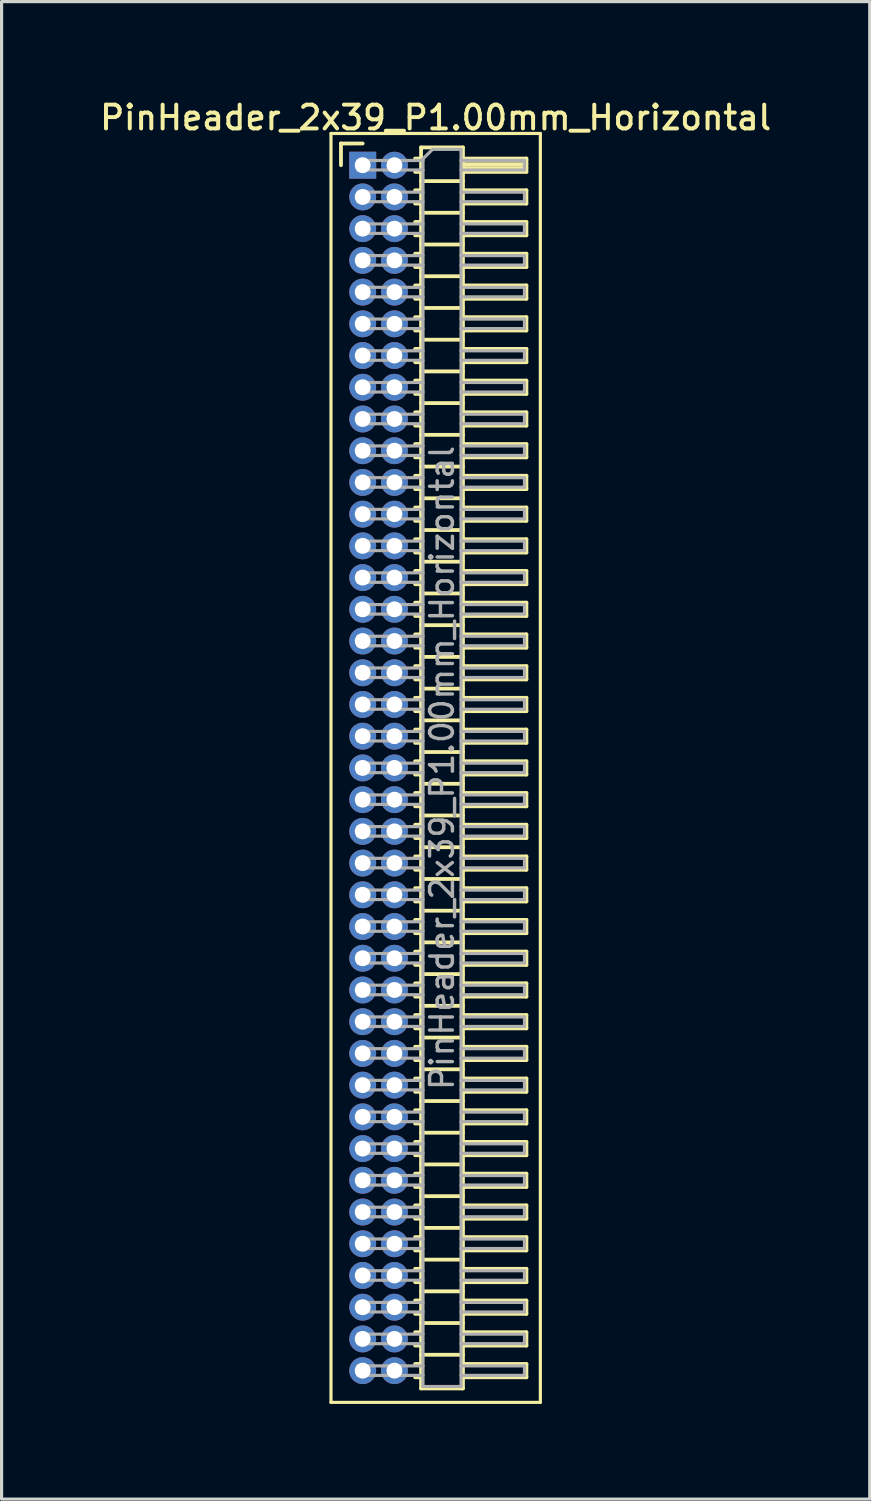
<source format=kicad_pcb>
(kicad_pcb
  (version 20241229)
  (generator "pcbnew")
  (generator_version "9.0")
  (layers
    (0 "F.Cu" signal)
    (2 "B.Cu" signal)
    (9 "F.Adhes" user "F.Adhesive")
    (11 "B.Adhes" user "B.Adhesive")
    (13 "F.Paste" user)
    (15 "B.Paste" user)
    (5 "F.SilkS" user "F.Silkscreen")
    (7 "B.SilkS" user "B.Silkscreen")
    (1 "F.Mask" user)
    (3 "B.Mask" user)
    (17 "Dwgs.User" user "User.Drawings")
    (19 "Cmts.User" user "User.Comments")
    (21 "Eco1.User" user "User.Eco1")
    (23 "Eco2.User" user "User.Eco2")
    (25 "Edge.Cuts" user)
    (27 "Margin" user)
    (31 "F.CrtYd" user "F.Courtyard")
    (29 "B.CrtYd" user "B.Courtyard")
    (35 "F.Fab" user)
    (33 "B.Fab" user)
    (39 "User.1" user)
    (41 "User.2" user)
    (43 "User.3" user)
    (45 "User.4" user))
  (footprint "PinHeader_2x39_P1.00mm_Horizontal"
    (layer "F.Cu")
    (at 8.384 2.158)
    (property "Reference" "PinHeader_2x39_P1.00mm_Horizontal" (at 2.3 -1.5 0) (layer "F.SilkS") (effects (font (size 0.75 0.75) (thickness 0.125))))
    (attr through_hole)
    (fp_line (start -1 -1) (end -1 39) (stroke (width 0.1) (type solid)) (layer "F.SilkS"))
    (fp_line (start -1 39) (end 5.6 39) (stroke (width 0.1) (type solid)) (layer "F.SilkS"))
    (fp_line (start -0.685 -0.685) (end 0 -0.685) (stroke (width 0.12) (type solid)) (layer "F.SilkS"))
    (fp_line (start -0.685 0) (end -0.685 -0.685) (stroke (width 0.12) (type solid)) (layer "F.SilkS"))
    (fp_line (start 1.652 -0.21) (end 1.84 -0.21) (stroke (width 0.12) (type solid)) (layer "F.SilkS"))
    (fp_line (start 1.652 0.21) (end 1.84 0.21) (stroke (width 0.12) (type solid)) (layer "F.SilkS"))
    (fp_line (start 1.652 0.79) (end 1.84 0.79) (stroke (width 0.12) (type solid)) (layer "F.SilkS"))
    (fp_line (start 1.652 1.21) (end 1.84 1.21) (stroke (width 0.12) (type solid)) (layer "F.SilkS"))
    (fp_line (start 1.652 1.79) (end 1.84 1.79) (stroke (width 0.12) (type solid)) (layer "F.SilkS"))
    (fp_line (start 1.652 2.21) (end 1.84 2.21) (stroke (width 0.12) (type solid)) (layer "F.SilkS"))
    (fp_line (start 1.652 2.79) (end 1.84 2.79) (stroke (width 0.12) (type solid)) (layer "F.SilkS"))
    (fp_line (start 1.652 3.21) (end 1.84 3.21) (stroke (width 0.12) (type solid)) (layer "F.SilkS"))
    (fp_line (start 1.652 3.79) (end 1.84 3.79) (stroke (width 0.12) (type solid)) (layer "F.SilkS"))
    (fp_line (start 1.652 4.21) (end 1.84 4.21) (stroke (width 0.12) (type solid)) (layer "F.SilkS"))
    (fp_line (start 1.652 4.79) (end 1.84 4.79) (stroke (width 0.12) (type solid)) (layer "F.SilkS"))
    (fp_line (start 1.652 5.21) (end 1.84 5.21) (stroke (width 0.12) (type solid)) (layer "F.SilkS"))
    (fp_line (start 1.652 5.79) (end 1.84 5.79) (stroke (width 0.12) (type solid)) (layer "F.SilkS"))
    (fp_line (start 1.652 6.21) (end 1.84 6.21) (stroke (width 0.12) (type solid)) (layer "F.SilkS"))
    (fp_line (start 1.652 6.79) (end 1.84 6.79) (stroke (width 0.12) (type solid)) (layer "F.SilkS"))
    (fp_line (start 1.652 7.21) (end 1.84 7.21) (stroke (width 0.12) (type solid)) (layer "F.SilkS"))
    (fp_line (start 1.652 7.79) (end 1.84 7.79) (stroke (width 0.12) (type solid)) (layer "F.SilkS"))
    (fp_line (start 1.652 8.21) (end 1.84 8.21) (stroke (width 0.12) (type solid)) (layer "F.SilkS"))
    (fp_line (start 1.652 8.79) (end 1.84 8.79) (stroke (width 0.12) (type solid)) (layer "F.SilkS"))
    (fp_line (start 1.652 9.21) (end 1.84 9.21) (stroke (width 0.12) (type solid)) (layer "F.SilkS"))
    (fp_line (start 1.652 9.79) (end 1.84 9.79) (stroke (width 0.12) (type solid)) (layer "F.SilkS"))
    (fp_line (start 1.652 10.21) (end 1.84 10.21) (stroke (width 0.12) (type solid)) (layer "F.SilkS"))
    (fp_line (start 1.652 10.79) (end 1.84 10.79) (stroke (width 0.12) (type solid)) (layer "F.SilkS"))
    (fp_line (start 1.652 11.21) (end 1.84 11.21) (stroke (width 0.12) (type solid)) (layer "F.SilkS"))
    (fp_line (start 1.652 11.79) (end 1.84 11.79) (stroke (width 0.12) (type solid)) (layer "F.SilkS"))
    (fp_line (start 1.652 12.21) (end 1.84 12.21) (stroke (width 0.12) (type solid)) (layer "F.SilkS"))
    (fp_line (start 1.652 12.79) (end 1.84 12.79) (stroke (width 0.12) (type solid)) (layer "F.SilkS"))
    (fp_line (start 1.652 13.21) (end 1.84 13.21) (stroke (width 0.12) (type solid)) (layer "F.SilkS"))
    (fp_line (start 1.652 13.79) (end 1.84 13.79) (stroke (width 0.12) (type solid)) (layer "F.SilkS"))
    (fp_line (start 1.652 14.21) (end 1.84 14.21) (stroke (width 0.12) (type solid)) (layer "F.SilkS"))
    (fp_line (start 1.652 14.79) (end 1.84 14.79) (stroke (width 0.12) (type solid)) (layer "F.SilkS"))
    (fp_line (start 1.652 15.21) (end 1.84 15.21) (stroke (width 0.12) (type solid)) (layer "F.SilkS"))
    (fp_line (start 1.652 15.79) (end 1.84 15.79) (stroke (width 0.12) (type solid)) (layer "F.SilkS"))
    (fp_line (start 1.652 16.21) (end 1.84 16.21) (stroke (width 0.12) (type solid)) (layer "F.SilkS"))
    (fp_line (start 1.652 16.79) (end 1.84 16.79) (stroke (width 0.12) (type solid)) (layer "F.SilkS"))
    (fp_line (start 1.652 17.21) (end 1.84 17.21) (stroke (width 0.12) (type solid)) (layer "F.SilkS"))
    (fp_line (start 1.652 17.79) (end 1.84 17.79) (stroke (width 0.12) (type solid)) (layer "F.SilkS"))
    (fp_line (start 1.652 18.21) (end 1.84 18.21) (stroke (width 0.12) (type solid)) (layer "F.SilkS"))
    (fp_line (start 1.652 18.79) (end 1.84 18.79) (stroke (width 0.12) (type solid)) (layer "F.SilkS"))
    (fp_line (start 1.652 19.21) (end 1.84 19.21) (stroke (width 0.12) (type solid)) (layer "F.SilkS"))
    (fp_line (start 1.652 19.79) (end 1.84 19.79) (stroke (width 0.12) (type solid)) (layer "F.SilkS"))
    (fp_line (start 1.652 20.21) (end 1.84 20.21) (stroke (width 0.12) (type solid)) (layer "F.SilkS"))
    (fp_line (start 1.652 20.79) (end 1.84 20.79) (stroke (width 0.12) (type solid)) (layer "F.SilkS"))
    (fp_line (start 1.652 21.21) (end 1.84 21.21) (stroke (width 0.12) (type solid)) (layer "F.SilkS"))
    (fp_line (start 1.652 21.79) (end 1.84 21.79) (stroke (width 0.12) (type solid)) (layer "F.SilkS"))
    (fp_line (start 1.652 22.21) (end 1.84 22.21) (stroke (width 0.12) (type solid)) (layer "F.SilkS"))
    (fp_line (start 1.652 22.79) (end 1.84 22.79) (stroke (width 0.12) (type solid)) (layer "F.SilkS"))
    (fp_line (start 1.652 23.21) (end 1.84 23.21) (stroke (width 0.12) (type solid)) (layer "F.SilkS"))
    (fp_line (start 1.652 23.79) (end 1.84 23.79) (stroke (width 0.12) (type solid)) (layer "F.SilkS"))
    (fp_line (start 1.652 24.21) (end 1.84 24.21) (stroke (width 0.12) (type solid)) (layer "F.SilkS"))
    (fp_line (start 1.652 24.79) (end 1.84 24.79) (stroke (width 0.12) (type solid)) (layer "F.SilkS"))
    (fp_line (start 1.652 25.21) (end 1.84 25.21) (stroke (width 0.12) (type solid)) (layer "F.SilkS"))
    (fp_line (start 1.652 25.79) (end 1.84 25.79) (stroke (width 0.12) (type solid)) (layer "F.SilkS"))
    (fp_line (start 1.652 26.21) (end 1.84 26.21) (stroke (width 0.12) (type solid)) (layer "F.SilkS"))
    (fp_line (start 1.652 26.79) (end 1.84 26.79) (stroke (width 0.12) (type solid)) (layer "F.SilkS"))
    (fp_line (start 1.652 27.21) (end 1.84 27.21) (stroke (width 0.12) (type solid)) (layer "F.SilkS"))
    (fp_line (start 1.652 27.79) (end 1.84 27.79) (stroke (width 0.12) (type solid)) (layer "F.SilkS"))
    (fp_line (start 1.652 28.21) (end 1.84 28.21) (stroke (width 0.12) (type solid)) (layer "F.SilkS"))
    (fp_line (start 1.652 28.79) (end 1.84 28.79) (stroke (width 0.12) (type solid)) (layer "F.SilkS"))
    (fp_line (start 1.652 29.21) (end 1.84 29.21) (stroke (width 0.12) (type solid)) (layer "F.SilkS"))
    (fp_line (start 1.652 29.79) (end 1.84 29.79) (stroke (width 0.12) (type solid)) (layer "F.SilkS"))
    (fp_line (start 1.652 30.21) (end 1.84 30.21) (stroke (width 0.12) (type solid)) (layer "F.SilkS"))
    (fp_line (start 1.652 30.79) (end 1.84 30.79) (stroke (width 0.12) (type solid)) (layer "F.SilkS"))
    (fp_line (start 1.652 31.21) (end 1.84 31.21) (stroke (width 0.12) (type solid)) (layer "F.SilkS"))
    (fp_line (start 1.652 31.79) (end 1.84 31.79) (stroke (width 0.12) (type solid)) (layer "F.SilkS"))
    (fp_line (start 1.652 32.21) (end 1.84 32.21) (stroke (width 0.12) (type solid)) (layer "F.SilkS"))
    (fp_line (start 1.652 32.79) (end 1.84 32.79) (stroke (width 0.12) (type solid)) (layer "F.SilkS"))
    (fp_line (start 1.652 33.21) (end 1.84 33.21) (stroke (width 0.12) (type solid)) (layer "F.SilkS"))
    (fp_line (start 1.652 33.79) (end 1.84 33.79) (stroke (width 0.12) (type solid)) (layer "F.SilkS"))
    (fp_line (start 1.652 34.21) (end 1.84 34.21) (stroke (width 0.12) (type solid)) (layer "F.SilkS"))
    (fp_line (start 1.652 34.79) (end 1.84 34.79) (stroke (width 0.12) (type solid)) (layer "F.SilkS"))
    (fp_line (start 1.652 35.21) (end 1.84 35.21) (stroke (width 0.12) (type solid)) (layer "F.SilkS"))
    (fp_line (start 1.652 35.79) (end 1.84 35.79) (stroke (width 0.12) (type solid)) (layer "F.SilkS"))
    (fp_line (start 1.652 36.21) (end 1.84 36.21) (stroke (width 0.12) (type solid)) (layer "F.SilkS"))
    (fp_line (start 1.652 36.79) (end 1.84 36.79) (stroke (width 0.12) (type solid)) (layer "F.SilkS"))
    (fp_line (start 1.652 37.21) (end 1.84 37.21) (stroke (width 0.12) (type solid)) (layer "F.SilkS"))
    (fp_line (start 1.652 37.79) (end 1.84 37.79) (stroke (width 0.12) (type solid)) (layer "F.SilkS"))
    (fp_line (start 1.652 38.21) (end 1.84 38.21) (stroke (width 0.12) (type solid)) (layer "F.SilkS"))
    (fp_line (start 1.84 -0.56) (end 1.84 38.56) (stroke (width 0.12) (type solid)) (layer "F.SilkS"))
    (fp_line (start 1.84 0.5) (end 3.16 0.5) (stroke (width 0.12) (type solid)) (layer "F.SilkS"))
    (fp_line (start 1.84 1.5) (end 3.16 1.5) (stroke (width 0.12) (type solid)) (layer "F.SilkS"))
    (fp_line (start 1.84 2.5) (end 3.16 2.5) (stroke (width 0.12) (type solid)) (layer "F.SilkS"))
    (fp_line (start 1.84 3.5) (end 3.16 3.5) (stroke (width 0.12) (type solid)) (layer "F.SilkS"))
    (fp_line (start 1.84 4.5) (end 3.16 4.5) (stroke (width 0.12) (type solid)) (layer "F.SilkS"))
    (fp_line (start 1.84 5.5) (end 3.16 5.5) (stroke (width 0.12) (type solid)) (layer "F.SilkS"))
    (fp_line (start 1.84 6.5) (end 3.16 6.5) (stroke (width 0.12) (type solid)) (layer "F.SilkS"))
    (fp_line (start 1.84 7.5) (end 3.16 7.5) (stroke (width 0.12) (type solid)) (layer "F.SilkS"))
    (fp_line (start 1.84 8.5) (end 3.16 8.5) (stroke (width 0.12) (type solid)) (layer "F.SilkS"))
    (fp_line (start 1.84 9.5) (end 3.16 9.5) (stroke (width 0.12) (type solid)) (layer "F.SilkS"))
    (fp_line (start 1.84 10.5) (end 3.16 10.5) (stroke (width 0.12) (type solid)) (layer "F.SilkS"))
    (fp_line (start 1.84 11.5) (end 3.16 11.5) (stroke (width 0.12) (type solid)) (layer "F.SilkS"))
    (fp_line (start 1.84 12.5) (end 3.16 12.5) (stroke (width 0.12) (type solid)) (layer "F.SilkS"))
    (fp_line (start 1.84 13.5) (end 3.16 13.5) (stroke (width 0.12) (type solid)) (layer "F.SilkS"))
    (fp_line (start 1.84 14.5) (end 3.16 14.5) (stroke (width 0.12) (type solid)) (layer "F.SilkS"))
    (fp_line (start 1.84 15.5) (end 3.16 15.5) (stroke (width 0.12) (type solid)) (layer "F.SilkS"))
    (fp_line (start 1.84 16.5) (end 3.16 16.5) (stroke (width 0.12) (type solid)) (layer "F.SilkS"))
    (fp_line (start 1.84 17.5) (end 3.16 17.5) (stroke (width 0.12) (type solid)) (layer "F.SilkS"))
    (fp_line (start 1.84 18.5) (end 3.16 18.5) (stroke (width 0.12) (type solid)) (layer "F.SilkS"))
    (fp_line (start 1.84 19.5) (end 3.16 19.5) (stroke (width 0.12) (type solid)) (layer "F.SilkS"))
    (fp_line (start 1.84 20.5) (end 3.16 20.5) (stroke (width 0.12) (type solid)) (layer "F.SilkS"))
    (fp_line (start 1.84 21.5) (end 3.16 21.5) (stroke (width 0.12) (type solid)) (layer "F.SilkS"))
    (fp_line (start 1.84 22.5) (end 3.16 22.5) (stroke (width 0.12) (type solid)) (layer "F.SilkS"))
    (fp_line (start 1.84 23.5) (end 3.16 23.5) (stroke (width 0.12) (type solid)) (layer "F.SilkS"))
    (fp_line (start 1.84 24.5) (end 3.16 24.5) (stroke (width 0.12) (type solid)) (layer "F.SilkS"))
    (fp_line (start 1.84 25.5) (end 3.16 25.5) (stroke (width 0.12) (type solid)) (layer "F.SilkS"))
    (fp_line (start 1.84 26.5) (end 3.16 26.5) (stroke (width 0.12) (type solid)) (layer "F.SilkS"))
    (fp_line (start 1.84 27.5) (end 3.16 27.5) (stroke (width 0.12) (type solid)) (layer "F.SilkS"))
    (fp_line (start 1.84 28.5) (end 3.16 28.5) (stroke (width 0.12) (type solid)) (layer "F.SilkS"))
    (fp_line (start 1.84 29.5) (end 3.16 29.5) (stroke (width 0.12) (type solid)) (layer "F.SilkS"))
    (fp_line (start 1.84 30.5) (end 3.16 30.5) (stroke (width 0.12) (type solid)) (layer "F.SilkS"))
    (fp_line (start 1.84 31.5) (end 3.16 31.5) (stroke (width 0.12) (type solid)) (layer "F.SilkS"))
    (fp_line (start 1.84 32.5) (end 3.16 32.5) (stroke (width 0.12) (type solid)) (layer "F.SilkS"))
    (fp_line (start 1.84 33.5) (end 3.16 33.5) (stroke (width 0.12) (type solid)) (layer "F.SilkS"))
    (fp_line (start 1.84 34.5) (end 3.16 34.5) (stroke (width 0.12) (type solid)) (layer "F.SilkS"))
    (fp_line (start 1.84 35.5) (end 3.16 35.5) (stroke (width 0.12) (type solid)) (layer "F.SilkS"))
    (fp_line (start 1.84 36.5) (end 3.16 36.5) (stroke (width 0.12) (type solid)) (layer "F.SilkS"))
    (fp_line (start 1.84 37.5) (end 3.16 37.5) (stroke (width 0.12) (type solid)) (layer "F.SilkS"))
    (fp_line (start 1.84 38.56) (end 3.16 38.56) (stroke (width 0.12) (type solid)) (layer "F.SilkS"))
    (fp_line (start 3.16 -0.56) (end 1.84 -0.56) (stroke (width 0.12) (type solid)) (layer "F.SilkS"))
    (fp_line (start 3.16 -0.21) (end 5.16 -0.21) (stroke (width 0.12) (type solid)) (layer "F.SilkS"))
    (fp_line (start 3.16 -0.15) (end 5.16 -0.15) (stroke (width 0.12) (type solid)) (layer "F.SilkS"))
    (fp_line (start 3.16 -0.03) (end 5.16 -0.03) (stroke (width 0.12) (type solid)) (layer "F.SilkS"))
    (fp_line (start 3.16 0.09) (end 5.16 0.09) (stroke (width 0.12) (type solid)) (layer "F.SilkS"))
    (fp_line (start 3.16 0.79) (end 5.16 0.79) (stroke (width 0.12) (type solid)) (layer "F.SilkS"))
    (fp_line (start 3.16 1.79) (end 5.16 1.79) (stroke (width 0.12) (type solid)) (layer "F.SilkS"))
    (fp_line (start 3.16 2.79) (end 5.16 2.79) (stroke (width 0.12) (type solid)) (layer "F.SilkS"))
    (fp_line (start 3.16 3.79) (end 5.16 3.79) (stroke (width 0.12) (type solid)) (layer "F.SilkS"))
    (fp_line (start 3.16 4.79) (end 5.16 4.79) (stroke (width 0.12) (type solid)) (layer "F.SilkS"))
    (fp_line (start 3.16 5.79) (end 5.16 5.79) (stroke (width 0.12) (type solid)) (layer "F.SilkS"))
    (fp_line (start 3.16 6.79) (end 5.16 6.79) (stroke (width 0.12) (type solid)) (layer "F.SilkS"))
    (fp_line (start 3.16 7.79) (end 5.16 7.79) (stroke (width 0.12) (type solid)) (layer "F.SilkS"))
    (fp_line (start 3.16 8.79) (end 5.16 8.79) (stroke (width 0.12) (type solid)) (layer "F.SilkS"))
    (fp_line (start 3.16 9.79) (end 5.16 9.79) (stroke (width 0.12) (type solid)) (layer "F.SilkS"))
    (fp_line (start 3.16 10.79) (end 5.16 10.79) (stroke (width 0.12) (type solid)) (layer "F.SilkS"))
    (fp_line (start 3.16 11.79) (end 5.16 11.79) (stroke (width 0.12) (type solid)) (layer "F.SilkS"))
    (fp_line (start 3.16 12.79) (end 5.16 12.79) (stroke (width 0.12) (type solid)) (layer "F.SilkS"))
    (fp_line (start 3.16 13.79) (end 5.16 13.79) (stroke (width 0.12) (type solid)) (layer "F.SilkS"))
    (fp_line (start 3.16 14.79) (end 5.16 14.79) (stroke (width 0.12) (type solid)) (layer "F.SilkS"))
    (fp_line (start 3.16 15.79) (end 5.16 15.79) (stroke (width 0.12) (type solid)) (layer "F.SilkS"))
    (fp_line (start 3.16 16.79) (end 5.16 16.79) (stroke (width 0.12) (type solid)) (layer "F.SilkS"))
    (fp_line (start 3.16 17.79) (end 5.16 17.79) (stroke (width 0.12) (type solid)) (layer "F.SilkS"))
    (fp_line (start 3.16 18.79) (end 5.16 18.79) (stroke (width 0.12) (type solid)) (layer "F.SilkS"))
    (fp_line (start 3.16 19.79) (end 5.16 19.79) (stroke (width 0.12) (type solid)) (layer "F.SilkS"))
    (fp_line (start 3.16 20.79) (end 5.16 20.79) (stroke (width 0.12) (type solid)) (layer "F.SilkS"))
    (fp_line (start 3.16 21.79) (end 5.16 21.79) (stroke (width 0.12) (type solid)) (layer "F.SilkS"))
    (fp_line (start 3.16 22.79) (end 5.16 22.79) (stroke (width 0.12) (type solid)) (layer "F.SilkS"))
    (fp_line (start 3.16 23.79) (end 5.16 23.79) (stroke (width 0.12) (type solid)) (layer "F.SilkS"))
    (fp_line (start 3.16 24.79) (end 5.16 24.79) (stroke (width 0.12) (type solid)) (layer "F.SilkS"))
    (fp_line (start 3.16 25.79) (end 5.16 25.79) (stroke (width 0.12) (type solid)) (layer "F.SilkS"))
    (fp_line (start 3.16 26.79) (end 5.16 26.79) (stroke (width 0.12) (type solid)) (layer "F.SilkS"))
    (fp_line (start 3.16 27.79) (end 5.16 27.79) (stroke (width 0.12) (type solid)) (layer "F.SilkS"))
    (fp_line (start 3.16 28.79) (end 5.16 28.79) (stroke (width 0.12) (type solid)) (layer "F.SilkS"))
    (fp_line (start 3.16 29.79) (end 5.16 29.79) (stroke (width 0.12) (type solid)) (layer "F.SilkS"))
    (fp_line (start 3.16 30.79) (end 5.16 30.79) (stroke (width 0.12) (type solid)) (layer "F.SilkS"))
    (fp_line (start 3.16 31.79) (end 5.16 31.79) (stroke (width 0.12) (type solid)) (layer "F.SilkS"))
    (fp_line (start 3.16 32.79) (end 5.16 32.79) (stroke (width 0.12) (type solid)) (layer "F.SilkS"))
    (fp_line (start 3.16 33.79) (end 5.16 33.79) (stroke (width 0.12) (type solid)) (layer "F.SilkS"))
    (fp_line (start 3.16 34.79) (end 5.16 34.79) (stroke (width 0.12) (type solid)) (layer "F.SilkS"))
    (fp_line (start 3.16 35.79) (end 5.16 35.79) (stroke (width 0.12) (type solid)) (layer "F.SilkS"))
    (fp_line (start 3.16 36.79) (end 5.16 36.79) (stroke (width 0.12) (type solid)) (layer "F.SilkS"))
    (fp_line (start 3.16 37.79) (end 5.16 37.79) (stroke (width 0.12) (type solid)) (layer "F.SilkS"))
    (fp_line (start 3.16 38.56) (end 3.16 -0.56) (stroke (width 0.12) (type solid)) (layer "F.SilkS"))
    (fp_line (start 5.16 -0.21) (end 5.16 0.21) (stroke (width 0.12) (type solid)) (layer "F.SilkS"))
    (fp_line (start 5.16 0.21) (end 3.16 0.21) (stroke (width 0.12) (type solid)) (layer "F.SilkS"))
    (fp_line (start 5.16 0.79) (end 5.16 1.21) (stroke (width 0.12) (type solid)) (layer "F.SilkS"))
    (fp_line (start 5.16 1.21) (end 3.16 1.21) (stroke (width 0.12) (type solid)) (layer "F.SilkS"))
    (fp_line (start 5.16 1.79) (end 5.16 2.21) (stroke (width 0.12) (type solid)) (layer "F.SilkS"))
    (fp_line (start 5.16 2.21) (end 3.16 2.21) (stroke (width 0.12) (type solid)) (layer "F.SilkS"))
    (fp_line (start 5.16 2.79) (end 5.16 3.21) (stroke (width 0.12) (type solid)) (layer "F.SilkS"))
    (fp_line (start 5.16 3.21) (end 3.16 3.21) (stroke (width 0.12) (type solid)) (layer "F.SilkS"))
    (fp_line (start 5.16 3.79) (end 5.16 4.21) (stroke (width 0.12) (type solid)) (layer "F.SilkS"))
    (fp_line (start 5.16 4.21) (end 3.16 4.21) (stroke (width 0.12) (type solid)) (layer "F.SilkS"))
    (fp_line (start 5.16 4.79) (end 5.16 5.21) (stroke (width 0.12) (type solid)) (layer "F.SilkS"))
    (fp_line (start 5.16 5.21) (end 3.16 5.21) (stroke (width 0.12) (type solid)) (layer "F.SilkS"))
    (fp_line (start 5.16 5.79) (end 5.16 6.21) (stroke (width 0.12) (type solid)) (layer "F.SilkS"))
    (fp_line (start 5.16 6.21) (end 3.16 6.21) (stroke (width 0.12) (type solid)) (layer "F.SilkS"))
    (fp_line (start 5.16 6.79) (end 5.16 7.21) (stroke (width 0.12) (type solid)) (layer "F.SilkS"))
    (fp_line (start 5.16 7.21) (end 3.16 7.21) (stroke (width 0.12) (type solid)) (layer "F.SilkS"))
    (fp_line (start 5.16 7.79) (end 5.16 8.21) (stroke (width 0.12) (type solid)) (layer "F.SilkS"))
    (fp_line (start 5.16 8.21) (end 3.16 8.21) (stroke (width 0.12) (type solid)) (layer "F.SilkS"))
    (fp_line (start 5.16 8.79) (end 5.16 9.21) (stroke (width 0.12) (type solid)) (layer "F.SilkS"))
    (fp_line (start 5.16 9.21) (end 3.16 9.21) (stroke (width 0.12) (type solid)) (layer "F.SilkS"))
    (fp_line (start 5.16 9.79) (end 5.16 10.21) (stroke (width 0.12) (type solid)) (layer "F.SilkS"))
    (fp_line (start 5.16 10.21) (end 3.16 10.21) (stroke (width 0.12) (type solid)) (layer "F.SilkS"))
    (fp_line (start 5.16 10.79) (end 5.16 11.21) (stroke (width 0.12) (type solid)) (layer "F.SilkS"))
    (fp_line (start 5.16 11.21) (end 3.16 11.21) (stroke (width 0.12) (type solid)) (layer "F.SilkS"))
    (fp_line (start 5.16 11.79) (end 5.16 12.21) (stroke (width 0.12) (type solid)) (layer "F.SilkS"))
    (fp_line (start 5.16 12.21) (end 3.16 12.21) (stroke (width 0.12) (type solid)) (layer "F.SilkS"))
    (fp_line (start 5.16 12.79) (end 5.16 13.21) (stroke (width 0.12) (type solid)) (layer "F.SilkS"))
    (fp_line (start 5.16 13.21) (end 3.16 13.21) (stroke (width 0.12) (type solid)) (layer "F.SilkS"))
    (fp_line (start 5.16 13.79) (end 5.16 14.21) (stroke (width 0.12) (type solid)) (layer "F.SilkS"))
    (fp_line (start 5.16 14.21) (end 3.16 14.21) (stroke (width 0.12) (type solid)) (layer "F.SilkS"))
    (fp_line (start 5.16 14.79) (end 5.16 15.21) (stroke (width 0.12) (type solid)) (layer "F.SilkS"))
    (fp_line (start 5.16 15.21) (end 3.16 15.21) (stroke (width 0.12) (type solid)) (layer "F.SilkS"))
    (fp_line (start 5.16 15.79) (end 5.16 16.21) (stroke (width 0.12) (type solid)) (layer "F.SilkS"))
    (fp_line (start 5.16 16.21) (end 3.16 16.21) (stroke (width 0.12) (type solid)) (layer "F.SilkS"))
    (fp_line (start 5.16 16.79) (end 5.16 17.21) (stroke (width 0.12) (type solid)) (layer "F.SilkS"))
    (fp_line (start 5.16 17.21) (end 3.16 17.21) (stroke (width 0.12) (type solid)) (layer "F.SilkS"))
    (fp_line (start 5.16 17.79) (end 5.16 18.21) (stroke (width 0.12) (type solid)) (layer "F.SilkS"))
    (fp_line (start 5.16 18.21) (end 3.16 18.21) (stroke (width 0.12) (type solid)) (layer "F.SilkS"))
    (fp_line (start 5.16 18.79) (end 5.16 19.21) (stroke (width 0.12) (type solid)) (layer "F.SilkS"))
    (fp_line (start 5.16 19.21) (end 3.16 19.21) (stroke (width 0.12) (type solid)) (layer "F.SilkS"))
    (fp_line (start 5.16 19.79) (end 5.16 20.21) (stroke (width 0.12) (type solid)) (layer "F.SilkS"))
    (fp_line (start 5.16 20.21) (end 3.16 20.21) (stroke (width 0.12) (type solid)) (layer "F.SilkS"))
    (fp_line (start 5.16 20.79) (end 5.16 21.21) (stroke (width 0.12) (type solid)) (layer "F.SilkS"))
    (fp_line (start 5.16 21.21) (end 3.16 21.21) (stroke (width 0.12) (type solid)) (layer "F.SilkS"))
    (fp_line (start 5.16 21.79) (end 5.16 22.21) (stroke (width 0.12) (type solid)) (layer "F.SilkS"))
    (fp_line (start 5.16 22.21) (end 3.16 22.21) (stroke (width 0.12) (type solid)) (layer "F.SilkS"))
    (fp_line (start 5.16 22.79) (end 5.16 23.21) (stroke (width 0.12) (type solid)) (layer "F.SilkS"))
    (fp_line (start 5.16 23.21) (end 3.16 23.21) (stroke (width 0.12) (type solid)) (layer "F.SilkS"))
    (fp_line (start 5.16 23.79) (end 5.16 24.21) (stroke (width 0.12) (type solid)) (layer "F.SilkS"))
    (fp_line (start 5.16 24.21) (end 3.16 24.21) (stroke (width 0.12) (type solid)) (layer "F.SilkS"))
    (fp_line (start 5.16 24.79) (end 5.16 25.21) (stroke (width 0.12) (type solid)) (layer "F.SilkS"))
    (fp_line (start 5.16 25.21) (end 3.16 25.21) (stroke (width 0.12) (type solid)) (layer "F.SilkS"))
    (fp_line (start 5.16 25.79) (end 5.16 26.21) (stroke (width 0.12) (type solid)) (layer "F.SilkS"))
    (fp_line (start 5.16 26.21) (end 3.16 26.21) (stroke (width 0.12) (type solid)) (layer "F.SilkS"))
    (fp_line (start 5.16 26.79) (end 5.16 27.21) (stroke (width 0.12) (type solid)) (layer "F.SilkS"))
    (fp_line (start 5.16 27.21) (end 3.16 27.21) (stroke (width 0.12) (type solid)) (layer "F.SilkS"))
    (fp_line (start 5.16 27.79) (end 5.16 28.21) (stroke (width 0.12) (type solid)) (layer "F.SilkS"))
    (fp_line (start 5.16 28.21) (end 3.16 28.21) (stroke (width 0.12) (type solid)) (layer "F.SilkS"))
    (fp_line (start 5.16 28.79) (end 5.16 29.21) (stroke (width 0.12) (type solid)) (layer "F.SilkS"))
    (fp_line (start 5.16 29.21) (end 3.16 29.21) (stroke (width 0.12) (type solid)) (layer "F.SilkS"))
    (fp_line (start 5.16 29.79) (end 5.16 30.21) (stroke (width 0.12) (type solid)) (layer "F.SilkS"))
    (fp_line (start 5.16 30.21) (end 3.16 30.21) (stroke (width 0.12) (type solid)) (layer "F.SilkS"))
    (fp_line (start 5.16 30.79) (end 5.16 31.21) (stroke (width 0.12) (type solid)) (layer "F.SilkS"))
    (fp_line (start 5.16 31.21) (end 3.16 31.21) (stroke (width 0.12) (type solid)) (layer "F.SilkS"))
    (fp_line (start 5.16 31.79) (end 5.16 32.21) (stroke (width 0.12) (type solid)) (layer "F.SilkS"))
    (fp_line (start 5.16 32.21) (end 3.16 32.21) (stroke (width 0.12) (type solid)) (layer "F.SilkS"))
    (fp_line (start 5.16 32.79) (end 5.16 33.21) (stroke (width 0.12) (type solid)) (layer "F.SilkS"))
    (fp_line (start 5.16 33.21) (end 3.16 33.21) (stroke (width 0.12) (type solid)) (layer "F.SilkS"))
    (fp_line (start 5.16 33.79) (end 5.16 34.21) (stroke (width 0.12) (type solid)) (layer "F.SilkS"))
    (fp_line (start 5.16 34.21) (end 3.16 34.21) (stroke (width 0.12) (type solid)) (layer "F.SilkS"))
    (fp_line (start 5.16 34.79) (end 5.16 35.21) (stroke (width 0.12) (type solid)) (layer "F.SilkS"))
    (fp_line (start 5.16 35.21) (end 3.16 35.21) (stroke (width 0.12) (type solid)) (layer "F.SilkS"))
    (fp_line (start 5.16 35.79) (end 5.16 36.21) (stroke (width 0.12) (type solid)) (layer "F.SilkS"))
    (fp_line (start 5.16 36.21) (end 3.16 36.21) (stroke (width 0.12) (type solid)) (layer "F.SilkS"))
    (fp_line (start 5.16 36.79) (end 5.16 37.21) (stroke (width 0.12) (type solid)) (layer "F.SilkS"))
    (fp_line (start 5.16 37.21) (end 3.16 37.21) (stroke (width 0.12) (type solid)) (layer "F.SilkS"))
    (fp_line (start 5.16 37.79) (end 5.16 38.21) (stroke (width 0.12) (type solid)) (layer "F.SilkS"))
    (fp_line (start 5.16 38.21) (end 3.16 38.21) (stroke (width 0.12) (type solid)) (layer "F.SilkS"))
    (fp_line (start 5.6 -1) (end -1 -1) (stroke (width 0.1) (type solid)) (layer "F.SilkS"))
    (fp_line (start 5.6 39) (end 5.6 -1) (stroke (width 0.1) (type solid)) (layer "F.SilkS"))
    (fp_line (start -0.15 -0.15) (end -0.15 0.15) (stroke (width 0.1) (type solid)) (layer "F.Fab"))
    (fp_line (start -0.15 -0.15) (end 1.9 -0.15) (stroke (width 0.1) (type solid)) (layer "F.Fab"))
    (fp_line (start -0.15 0.15) (end 1.9 0.15) (stroke (width 0.1) (type solid)) (layer "F.Fab"))
    (fp_line (start -0.15 0.85) (end -0.15 1.15) (stroke (width 0.1) (type solid)) (layer "F.Fab"))
    (fp_line (start -0.15 0.85) (end 1.9 0.85) (stroke (width 0.1) (type solid)) (layer "F.Fab"))
    (fp_line (start -0.15 1.15) (end 1.9 1.15) (stroke (width 0.1) (type solid)) (layer "F.Fab"))
    (fp_line (start -0.15 1.85) (end -0.15 2.15) (stroke (width 0.1) (type solid)) (layer "F.Fab"))
    (fp_line (start -0.15 1.85) (end 1.9 1.85) (stroke (width 0.1) (type solid)) (layer "F.Fab"))
    (fp_line (start -0.15 2.15) (end 1.9 2.15) (stroke (width 0.1) (type solid)) (layer "F.Fab"))
    (fp_line (start -0.15 2.85) (end -0.15 3.15) (stroke (width 0.1) (type solid)) (layer "F.Fab"))
    (fp_line (start -0.15 2.85) (end 1.9 2.85) (stroke (width 0.1) (type solid)) (layer "F.Fab"))
    (fp_line (start -0.15 3.15) (end 1.9 3.15) (stroke (width 0.1) (type solid)) (layer "F.Fab"))
    (fp_line (start -0.15 3.85) (end -0.15 4.15) (stroke (width 0.1) (type solid)) (layer "F.Fab"))
    (fp_line (start -0.15 3.85) (end 1.9 3.85) (stroke (width 0.1) (type solid)) (layer "F.Fab"))
    (fp_line (start -0.15 4.15) (end 1.9 4.15) (stroke (width 0.1) (type solid)) (layer "F.Fab"))
    (fp_line (start -0.15 4.85) (end -0.15 5.15) (stroke (width 0.1) (type solid)) (layer "F.Fab"))
    (fp_line (start -0.15 4.85) (end 1.9 4.85) (stroke (width 0.1) (type solid)) (layer "F.Fab"))
    (fp_line (start -0.15 5.15) (end 1.9 5.15) (stroke (width 0.1) (type solid)) (layer "F.Fab"))
    (fp_line (start -0.15 5.85) (end -0.15 6.15) (stroke (width 0.1) (type solid)) (layer "F.Fab"))
    (fp_line (start -0.15 5.85) (end 1.9 5.85) (stroke (width 0.1) (type solid)) (layer "F.Fab"))
    (fp_line (start -0.15 6.15) (end 1.9 6.15) (stroke (width 0.1) (type solid)) (layer "F.Fab"))
    (fp_line (start -0.15 6.85) (end -0.15 7.15) (stroke (width 0.1) (type solid)) (layer "F.Fab"))
    (fp_line (start -0.15 6.85) (end 1.9 6.85) (stroke (width 0.1) (type solid)) (layer "F.Fab"))
    (fp_line (start -0.15 7.15) (end 1.9 7.15) (stroke (width 0.1) (type solid)) (layer "F.Fab"))
    (fp_line (start -0.15 7.85) (end -0.15 8.15) (stroke (width 0.1) (type solid)) (layer "F.Fab"))
    (fp_line (start -0.15 7.85) (end 1.9 7.85) (stroke (width 0.1) (type solid)) (layer "F.Fab"))
    (fp_line (start -0.15 8.15) (end 1.9 8.15) (stroke (width 0.1) (type solid)) (layer "F.Fab"))
    (fp_line (start -0.15 8.85) (end -0.15 9.15) (stroke (width 0.1) (type solid)) (layer "F.Fab"))
    (fp_line (start -0.15 8.85) (end 1.9 8.85) (stroke (width 0.1) (type solid)) (layer "F.Fab"))
    (fp_line (start -0.15 9.15) (end 1.9 9.15) (stroke (width 0.1) (type solid)) (layer "F.Fab"))
    (fp_line (start -0.15 9.85) (end -0.15 10.15) (stroke (width 0.1) (type solid)) (layer "F.Fab"))
    (fp_line (start -0.15 9.85) (end 1.9 9.85) (stroke (width 0.1) (type solid)) (layer "F.Fab"))
    (fp_line (start -0.15 10.15) (end 1.9 10.15) (stroke (width 0.1) (type solid)) (layer "F.Fab"))
    (fp_line (start -0.15 10.85) (end -0.15 11.15) (stroke (width 0.1) (type solid)) (layer "F.Fab"))
    (fp_line (start -0.15 10.85) (end 1.9 10.85) (stroke (width 0.1) (type solid)) (layer "F.Fab"))
    (fp_line (start -0.15 11.15) (end 1.9 11.15) (stroke (width 0.1) (type solid)) (layer "F.Fab"))
    (fp_line (start -0.15 11.85) (end -0.15 12.15) (stroke (width 0.1) (type solid)) (layer "F.Fab"))
    (fp_line (start -0.15 11.85) (end 1.9 11.85) (stroke (width 0.1) (type solid)) (layer "F.Fab"))
    (fp_line (start -0.15 12.15) (end 1.9 12.15) (stroke (width 0.1) (type solid)) (layer "F.Fab"))
    (fp_line (start -0.15 12.85) (end -0.15 13.15) (stroke (width 0.1) (type solid)) (layer "F.Fab"))
    (fp_line (start -0.15 12.85) (end 1.9 12.85) (stroke (width 0.1) (type solid)) (layer "F.Fab"))
    (fp_line (start -0.15 13.15) (end 1.9 13.15) (stroke (width 0.1) (type solid)) (layer "F.Fab"))
    (fp_line (start -0.15 13.85) (end -0.15 14.15) (stroke (width 0.1) (type solid)) (layer "F.Fab"))
    (fp_line (start -0.15 13.85) (end 1.9 13.85) (stroke (width 0.1) (type solid)) (layer "F.Fab"))
    (fp_line (start -0.15 14.15) (end 1.9 14.15) (stroke (width 0.1) (type solid)) (layer "F.Fab"))
    (fp_line (start -0.15 14.85) (end -0.15 15.15) (stroke (width 0.1) (type solid)) (layer "F.Fab"))
    (fp_line (start -0.15 14.85) (end 1.9 14.85) (stroke (width 0.1) (type solid)) (layer "F.Fab"))
    (fp_line (start -0.15 15.15) (end 1.9 15.15) (stroke (width 0.1) (type solid)) (layer "F.Fab"))
    (fp_line (start -0.15 15.85) (end -0.15 16.15) (stroke (width 0.1) (type solid)) (layer "F.Fab"))
    (fp_line (start -0.15 15.85) (end 1.9 15.85) (stroke (width 0.1) (type solid)) (layer "F.Fab"))
    (fp_line (start -0.15 16.15) (end 1.9 16.15) (stroke (width 0.1) (type solid)) (layer "F.Fab"))
    (fp_line (start -0.15 16.85) (end -0.15 17.15) (stroke (width 0.1) (type solid)) (layer "F.Fab"))
    (fp_line (start -0.15 16.85) (end 1.9 16.85) (stroke (width 0.1) (type solid)) (layer "F.Fab"))
    (fp_line (start -0.15 17.15) (end 1.9 17.15) (stroke (width 0.1) (type solid)) (layer "F.Fab"))
    (fp_line (start -0.15 17.85) (end -0.15 18.15) (stroke (width 0.1) (type solid)) (layer "F.Fab"))
    (fp_line (start -0.15 17.85) (end 1.9 17.85) (stroke (width 0.1) (type solid)) (layer "F.Fab"))
    (fp_line (start -0.15 18.15) (end 1.9 18.15) (stroke (width 0.1) (type solid)) (layer "F.Fab"))
    (fp_line (start -0.15 18.85) (end -0.15 19.15) (stroke (width 0.1) (type solid)) (layer "F.Fab"))
    (fp_line (start -0.15 18.85) (end 1.9 18.85) (stroke (width 0.1) (type solid)) (layer "F.Fab"))
    (fp_line (start -0.15 19.15) (end 1.9 19.15) (stroke (width 0.1) (type solid)) (layer "F.Fab"))
    (fp_line (start -0.15 19.85) (end -0.15 20.15) (stroke (width 0.1) (type solid)) (layer "F.Fab"))
    (fp_line (start -0.15 19.85) (end 1.9 19.85) (stroke (width 0.1) (type solid)) (layer "F.Fab"))
    (fp_line (start -0.15 20.15) (end 1.9 20.15) (stroke (width 0.1) (type solid)) (layer "F.Fab"))
    (fp_line (start -0.15 20.85) (end -0.15 21.15) (stroke (width 0.1) (type solid)) (layer "F.Fab"))
    (fp_line (start -0.15 20.85) (end 1.9 20.85) (stroke (width 0.1) (type solid)) (layer "F.Fab"))
    (fp_line (start -0.15 21.15) (end 1.9 21.15) (stroke (width 0.1) (type solid)) (layer "F.Fab"))
    (fp_line (start -0.15 21.85) (end -0.15 22.15) (stroke (width 0.1) (type solid)) (layer "F.Fab"))
    (fp_line (start -0.15 21.85) (end 1.9 21.85) (stroke (width 0.1) (type solid)) (layer "F.Fab"))
    (fp_line (start -0.15 22.15) (end 1.9 22.15) (stroke (width 0.1) (type solid)) (layer "F.Fab"))
    (fp_line (start -0.15 22.85) (end -0.15 23.15) (stroke (width 0.1) (type solid)) (layer "F.Fab"))
    (fp_line (start -0.15 22.85) (end 1.9 22.85) (stroke (width 0.1) (type solid)) (layer "F.Fab"))
    (fp_line (start -0.15 23.15) (end 1.9 23.15) (stroke (width 0.1) (type solid)) (layer "F.Fab"))
    (fp_line (start -0.15 23.85) (end -0.15 24.15) (stroke (width 0.1) (type solid)) (layer "F.Fab"))
    (fp_line (start -0.15 23.85) (end 1.9 23.85) (stroke (width 0.1) (type solid)) (layer "F.Fab"))
    (fp_line (start -0.15 24.15) (end 1.9 24.15) (stroke (width 0.1) (type solid)) (layer "F.Fab"))
    (fp_line (start -0.15 24.85) (end -0.15 25.15) (stroke (width 0.1) (type solid)) (layer "F.Fab"))
    (fp_line (start -0.15 24.85) (end 1.9 24.85) (stroke (width 0.1) (type solid)) (layer "F.Fab"))
    (fp_line (start -0.15 25.15) (end 1.9 25.15) (stroke (width 0.1) (type solid)) (layer "F.Fab"))
    (fp_line (start -0.15 25.85) (end -0.15 26.15) (stroke (width 0.1) (type solid)) (layer "F.Fab"))
    (fp_line (start -0.15 25.85) (end 1.9 25.85) (stroke (width 0.1) (type solid)) (layer "F.Fab"))
    (fp_line (start -0.15 26.15) (end 1.9 26.15) (stroke (width 0.1) (type solid)) (layer "F.Fab"))
    (fp_line (start -0.15 26.85) (end -0.15 27.15) (stroke (width 0.1) (type solid)) (layer "F.Fab"))
    (fp_line (start -0.15 26.85) (end 1.9 26.85) (stroke (width 0.1) (type solid)) (layer "F.Fab"))
    (fp_line (start -0.15 27.15) (end 1.9 27.15) (stroke (width 0.1) (type solid)) (layer "F.Fab"))
    (fp_line (start -0.15 27.85) (end -0.15 28.15) (stroke (width 0.1) (type solid)) (layer "F.Fab"))
    (fp_line (start -0.15 27.85) (end 1.9 27.85) (stroke (width 0.1) (type solid)) (layer "F.Fab"))
    (fp_line (start -0.15 28.15) (end 1.9 28.15) (stroke (width 0.1) (type solid)) (layer "F.Fab"))
    (fp_line (start -0.15 28.85) (end -0.15 29.15) (stroke (width 0.1) (type solid)) (layer "F.Fab"))
    (fp_line (start -0.15 28.85) (end 1.9 28.85) (stroke (width 0.1) (type solid)) (layer "F.Fab"))
    (fp_line (start -0.15 29.15) (end 1.9 29.15) (stroke (width 0.1) (type solid)) (layer "F.Fab"))
    (fp_line (start -0.15 29.85) (end -0.15 30.15) (stroke (width 0.1) (type solid)) (layer "F.Fab"))
    (fp_line (start -0.15 29.85) (end 1.9 29.85) (stroke (width 0.1) (type solid)) (layer "F.Fab"))
    (fp_line (start -0.15 30.15) (end 1.9 30.15) (stroke (width 0.1) (type solid)) (layer "F.Fab"))
    (fp_line (start -0.15 30.85) (end -0.15 31.15) (stroke (width 0.1) (type solid)) (layer "F.Fab"))
    (fp_line (start -0.15 30.85) (end 1.9 30.85) (stroke (width 0.1) (type solid)) (layer "F.Fab"))
    (fp_line (start -0.15 31.15) (end 1.9 31.15) (stroke (width 0.1) (type solid)) (layer "F.Fab"))
    (fp_line (start -0.15 31.85) (end -0.15 32.15) (stroke (width 0.1) (type solid)) (layer "F.Fab"))
    (fp_line (start -0.15 31.85) (end 1.9 31.85) (stroke (width 0.1) (type solid)) (layer "F.Fab"))
    (fp_line (start -0.15 32.15) (end 1.9 32.15) (stroke (width 0.1) (type solid)) (layer "F.Fab"))
    (fp_line (start -0.15 32.85) (end -0.15 33.15) (stroke (width 0.1) (type solid)) (layer "F.Fab"))
    (fp_line (start -0.15 32.85) (end 1.9 32.85) (stroke (width 0.1) (type solid)) (layer "F.Fab"))
    (fp_line (start -0.15 33.15) (end 1.9 33.15) (stroke (width 0.1) (type solid)) (layer "F.Fab"))
    (fp_line (start -0.15 33.85) (end -0.15 34.15) (stroke (width 0.1) (type solid)) (layer "F.Fab"))
    (fp_line (start -0.15 33.85) (end 1.9 33.85) (stroke (width 0.1) (type solid)) (layer "F.Fab"))
    (fp_line (start -0.15 34.15) (end 1.9 34.15) (stroke (width 0.1) (type solid)) (layer "F.Fab"))
    (fp_line (start -0.15 34.85) (end -0.15 35.15) (stroke (width 0.1) (type solid)) (layer "F.Fab"))
    (fp_line (start -0.15 34.85) (end 1.9 34.85) (stroke (width 0.1) (type solid)) (layer "F.Fab"))
    (fp_line (start -0.15 35.15) (end 1.9 35.15) (stroke (width 0.1) (type solid)) (layer "F.Fab"))
    (fp_line (start -0.15 35.85) (end -0.15 36.15) (stroke (width 0.1) (type solid)) (layer "F.Fab"))
    (fp_line (start -0.15 35.85) (end 1.9 35.85) (stroke (width 0.1) (type solid)) (layer "F.Fab"))
    (fp_line (start -0.15 36.15) (end 1.9 36.15) (stroke (width 0.1) (type solid)) (layer "F.Fab"))
    (fp_line (start -0.15 36.85) (end -0.15 37.15) (stroke (width 0.1) (type solid)) (layer "F.Fab"))
    (fp_line (start -0.15 36.85) (end 1.9 36.85) (stroke (width 0.1) (type solid)) (layer "F.Fab"))
    (fp_line (start -0.15 37.15) (end 1.9 37.15) (stroke (width 0.1) (type solid)) (layer "F.Fab"))
    (fp_line (start -0.15 37.85) (end -0.15 38.15) (stroke (width 0.1) (type solid)) (layer "F.Fab"))
    (fp_line (start -0.15 37.85) (end 1.9 37.85) (stroke (width 0.1) (type solid)) (layer "F.Fab"))
    (fp_line (start -0.15 38.15) (end 1.9 38.15) (stroke (width 0.1) (type solid)) (layer "F.Fab"))
    (fp_line (start 1.9 -0.2) (end 2.2 -0.5) (stroke (width 0.1) (type solid)) (layer "F.Fab"))
    (fp_line (start 1.9 38.5) (end 1.9 -0.2) (stroke (width 0.1) (type solid)) (layer "F.Fab"))
    (fp_line (start 2.2 -0.5) (end 3.1 -0.5) (stroke (width 0.1) (type solid)) (layer "F.Fab"))
    (fp_line (start 3.1 -0.5) (end 3.1 38.5) (stroke (width 0.1) (type solid)) (layer "F.Fab"))
    (fp_line (start 3.1 -0.15) (end 5.1 -0.15) (stroke (width 0.1) (type solid)) (layer "F.Fab"))
    (fp_line (start 3.1 0.15) (end 5.1 0.15) (stroke (width 0.1) (type solid)) (layer "F.Fab"))
    (fp_line (start 3.1 0.85) (end 5.1 0.85) (stroke (width 0.1) (type solid)) (layer "F.Fab"))
    (fp_line (start 3.1 1.15) (end 5.1 1.15) (stroke (width 0.1) (type solid)) (layer "F.Fab"))
    (fp_line (start 3.1 1.85) (end 5.1 1.85) (stroke (width 0.1) (type solid)) (layer "F.Fab"))
    (fp_line (start 3.1 2.15) (end 5.1 2.15) (stroke (width 0.1) (type solid)) (layer "F.Fab"))
    (fp_line (start 3.1 2.85) (end 5.1 2.85) (stroke (width 0.1) (type solid)) (layer "F.Fab"))
    (fp_line (start 3.1 3.15) (end 5.1 3.15) (stroke (width 0.1) (type solid)) (layer "F.Fab"))
    (fp_line (start 3.1 3.85) (end 5.1 3.85) (stroke (width 0.1) (type solid)) (layer "F.Fab"))
    (fp_line (start 3.1 4.15) (end 5.1 4.15) (stroke (width 0.1) (type solid)) (layer "F.Fab"))
    (fp_line (start 3.1 4.85) (end 5.1 4.85) (stroke (width 0.1) (type solid)) (layer "F.Fab"))
    (fp_line (start 3.1 5.15) (end 5.1 5.15) (stroke (width 0.1) (type solid)) (layer "F.Fab"))
    (fp_line (start 3.1 5.85) (end 5.1 5.85) (stroke (width 0.1) (type solid)) (layer "F.Fab"))
    (fp_line (start 3.1 6.15) (end 5.1 6.15) (stroke (width 0.1) (type solid)) (layer "F.Fab"))
    (fp_line (start 3.1 6.85) (end 5.1 6.85) (stroke (width 0.1) (type solid)) (layer "F.Fab"))
    (fp_line (start 3.1 7.15) (end 5.1 7.15) (stroke (width 0.1) (type solid)) (layer "F.Fab"))
    (fp_line (start 3.1 7.85) (end 5.1 7.85) (stroke (width 0.1) (type solid)) (layer "F.Fab"))
    (fp_line (start 3.1 8.15) (end 5.1 8.15) (stroke (width 0.1) (type solid)) (layer "F.Fab"))
    (fp_line (start 3.1 8.85) (end 5.1 8.85) (stroke (width 0.1) (type solid)) (layer "F.Fab"))
    (fp_line (start 3.1 9.15) (end 5.1 9.15) (stroke (width 0.1) (type solid)) (layer "F.Fab"))
    (fp_line (start 3.1 9.85) (end 5.1 9.85) (stroke (width 0.1) (type solid)) (layer "F.Fab"))
    (fp_line (start 3.1 10.15) (end 5.1 10.15) (stroke (width 0.1) (type solid)) (layer "F.Fab"))
    (fp_line (start 3.1 10.85) (end 5.1 10.85) (stroke (width 0.1) (type solid)) (layer "F.Fab"))
    (fp_line (start 3.1 11.15) (end 5.1 11.15) (stroke (width 0.1) (type solid)) (layer "F.Fab"))
    (fp_line (start 3.1 11.85) (end 5.1 11.85) (stroke (width 0.1) (type solid)) (layer "F.Fab"))
    (fp_line (start 3.1 12.15) (end 5.1 12.15) (stroke (width 0.1) (type solid)) (layer "F.Fab"))
    (fp_line (start 3.1 12.85) (end 5.1 12.85) (stroke (width 0.1) (type solid)) (layer "F.Fab"))
    (fp_line (start 3.1 13.15) (end 5.1 13.15) (stroke (width 0.1) (type solid)) (layer "F.Fab"))
    (fp_line (start 3.1 13.85) (end 5.1 13.85) (stroke (width 0.1) (type solid)) (layer "F.Fab"))
    (fp_line (start 3.1 14.15) (end 5.1 14.15) (stroke (width 0.1) (type solid)) (layer "F.Fab"))
    (fp_line (start 3.1 14.85) (end 5.1 14.85) (stroke (width 0.1) (type solid)) (layer "F.Fab"))
    (fp_line (start 3.1 15.15) (end 5.1 15.15) (stroke (width 0.1) (type solid)) (layer "F.Fab"))
    (fp_line (start 3.1 15.85) (end 5.1 15.85) (stroke (width 0.1) (type solid)) (layer "F.Fab"))
    (fp_line (start 3.1 16.15) (end 5.1 16.15) (stroke (width 0.1) (type solid)) (layer "F.Fab"))
    (fp_line (start 3.1 16.85) (end 5.1 16.85) (stroke (width 0.1) (type solid)) (layer "F.Fab"))
    (fp_line (start 3.1 17.15) (end 5.1 17.15) (stroke (width 0.1) (type solid)) (layer "F.Fab"))
    (fp_line (start 3.1 17.85) (end 5.1 17.85) (stroke (width 0.1) (type solid)) (layer "F.Fab"))
    (fp_line (start 3.1 18.15) (end 5.1 18.15) (stroke (width 0.1) (type solid)) (layer "F.Fab"))
    (fp_line (start 3.1 18.85) (end 5.1 18.85) (stroke (width 0.1) (type solid)) (layer "F.Fab"))
    (fp_line (start 3.1 19.15) (end 5.1 19.15) (stroke (width 0.1) (type solid)) (layer "F.Fab"))
    (fp_line (start 3.1 19.85) (end 5.1 19.85) (stroke (width 0.1) (type solid)) (layer "F.Fab"))
    (fp_line (start 3.1 20.15) (end 5.1 20.15) (stroke (width 0.1) (type solid)) (layer "F.Fab"))
    (fp_line (start 3.1 20.85) (end 5.1 20.85) (stroke (width 0.1) (type solid)) (layer "F.Fab"))
    (fp_line (start 3.1 21.15) (end 5.1 21.15) (stroke (width 0.1) (type solid)) (layer "F.Fab"))
    (fp_line (start 3.1 21.85) (end 5.1 21.85) (stroke (width 0.1) (type solid)) (layer "F.Fab"))
    (fp_line (start 3.1 22.15) (end 5.1 22.15) (stroke (width 0.1) (type solid)) (layer "F.Fab"))
    (fp_line (start 3.1 22.85) (end 5.1 22.85) (stroke (width 0.1) (type solid)) (layer "F.Fab"))
    (fp_line (start 3.1 23.15) (end 5.1 23.15) (stroke (width 0.1) (type solid)) (layer "F.Fab"))
    (fp_line (start 3.1 23.85) (end 5.1 23.85) (stroke (width 0.1) (type solid)) (layer "F.Fab"))
    (fp_line (start 3.1 24.15) (end 5.1 24.15) (stroke (width 0.1) (type solid)) (layer "F.Fab"))
    (fp_line (start 3.1 24.85) (end 5.1 24.85) (stroke (width 0.1) (type solid)) (layer "F.Fab"))
    (fp_line (start 3.1 25.15) (end 5.1 25.15) (stroke (width 0.1) (type solid)) (layer "F.Fab"))
    (fp_line (start 3.1 25.85) (end 5.1 25.85) (stroke (width 0.1) (type solid)) (layer "F.Fab"))
    (fp_line (start 3.1 26.15) (end 5.1 26.15) (stroke (width 0.1) (type solid)) (layer "F.Fab"))
    (fp_line (start 3.1 26.85) (end 5.1 26.85) (stroke (width 0.1) (type solid)) (layer "F.Fab"))
    (fp_line (start 3.1 27.15) (end 5.1 27.15) (stroke (width 0.1) (type solid)) (layer "F.Fab"))
    (fp_line (start 3.1 27.85) (end 5.1 27.85) (stroke (width 0.1) (type solid)) (layer "F.Fab"))
    (fp_line (start 3.1 28.15) (end 5.1 28.15) (stroke (width 0.1) (type solid)) (layer "F.Fab"))
    (fp_line (start 3.1 28.85) (end 5.1 28.85) (stroke (width 0.1) (type solid)) (layer "F.Fab"))
    (fp_line (start 3.1 29.15) (end 5.1 29.15) (stroke (width 0.1) (type solid)) (layer "F.Fab"))
    (fp_line (start 3.1 29.85) (end 5.1 29.85) (stroke (width 0.1) (type solid)) (layer "F.Fab"))
    (fp_line (start 3.1 30.15) (end 5.1 30.15) (stroke (width 0.1) (type solid)) (layer "F.Fab"))
    (fp_line (start 3.1 30.85) (end 5.1 30.85) (stroke (width 0.1) (type solid)) (layer "F.Fab"))
    (fp_line (start 3.1 31.15) (end 5.1 31.15) (stroke (width 0.1) (type solid)) (layer "F.Fab"))
    (fp_line (start 3.1 31.85) (end 5.1 31.85) (stroke (width 0.1) (type solid)) (layer "F.Fab"))
    (fp_line (start 3.1 32.15) (end 5.1 32.15) (stroke (width 0.1) (type solid)) (layer "F.Fab"))
    (fp_line (start 3.1 32.85) (end 5.1 32.85) (stroke (width 0.1) (type solid)) (layer "F.Fab"))
    (fp_line (start 3.1 33.15) (end 5.1 33.15) (stroke (width 0.1) (type solid)) (layer "F.Fab"))
    (fp_line (start 3.1 33.85) (end 5.1 33.85) (stroke (width 0.1) (type solid)) (layer "F.Fab"))
    (fp_line (start 3.1 34.15) (end 5.1 34.15) (stroke (width 0.1) (type solid)) (layer "F.Fab"))
    (fp_line (start 3.1 34.85) (end 5.1 34.85) (stroke (width 0.1) (type solid)) (layer "F.Fab"))
    (fp_line (start 3.1 35.15) (end 5.1 35.15) (stroke (width 0.1) (type solid)) (layer "F.Fab"))
    (fp_line (start 3.1 35.85) (end 5.1 35.85) (stroke (width 0.1) (type solid)) (layer "F.Fab"))
    (fp_line (start 3.1 36.15) (end 5.1 36.15) (stroke (width 0.1) (type solid)) (layer "F.Fab"))
    (fp_line (start 3.1 36.85) (end 5.1 36.85) (stroke (width 0.1) (type solid)) (layer "F.Fab"))
    (fp_line (start 3.1 37.15) (end 5.1 37.15) (stroke (width 0.1) (type solid)) (layer "F.Fab"))
    (fp_line (start 3.1 37.85) (end 5.1 37.85) (stroke (width 0.1) (type solid)) (layer "F.Fab"))
    (fp_line (start 3.1 38.15) (end 5.1 38.15) (stroke (width 0.1) (type solid)) (layer "F.Fab"))
    (fp_line (start 3.1 38.5) (end 1.9 38.5) (stroke (width 0.1) (type solid)) (layer "F.Fab"))
    (fp_line (start 5.1 -0.15) (end 5.1 0.15) (stroke (width 0.1) (type solid)) (layer "F.Fab"))
    (fp_line (start 5.1 0.85) (end 5.1 1.15) (stroke (width 0.1) (type solid)) (layer "F.Fab"))
    (fp_line (start 5.1 1.85) (end 5.1 2.15) (stroke (width 0.1) (type solid)) (layer "F.Fab"))
    (fp_line (start 5.1 2.85) (end 5.1 3.15) (stroke (width 0.1) (type solid)) (layer "F.Fab"))
    (fp_line (start 5.1 3.85) (end 5.1 4.15) (stroke (width 0.1) (type solid)) (layer "F.Fab"))
    (fp_line (start 5.1 4.85) (end 5.1 5.15) (stroke (width 0.1) (type solid)) (layer "F.Fab"))
    (fp_line (start 5.1 5.85) (end 5.1 6.15) (stroke (width 0.1) (type solid)) (layer "F.Fab"))
    (fp_line (start 5.1 6.85) (end 5.1 7.15) (stroke (width 0.1) (type solid)) (layer "F.Fab"))
    (fp_line (start 5.1 7.85) (end 5.1 8.15) (stroke (width 0.1) (type solid)) (layer "F.Fab"))
    (fp_line (start 5.1 8.85) (end 5.1 9.15) (stroke (width 0.1) (type solid)) (layer "F.Fab"))
    (fp_line (start 5.1 9.85) (end 5.1 10.15) (stroke (width 0.1) (type solid)) (layer "F.Fab"))
    (fp_line (start 5.1 10.85) (end 5.1 11.15) (stroke (width 0.1) (type solid)) (layer "F.Fab"))
    (fp_line (start 5.1 11.85) (end 5.1 12.15) (stroke (width 0.1) (type solid)) (layer "F.Fab"))
    (fp_line (start 5.1 12.85) (end 5.1 13.15) (stroke (width 0.1) (type solid)) (layer "F.Fab"))
    (fp_line (start 5.1 13.85) (end 5.1 14.15) (stroke (width 0.1) (type solid)) (layer "F.Fab"))
    (fp_line (start 5.1 14.85) (end 5.1 15.15) (stroke (width 0.1) (type solid)) (layer "F.Fab"))
    (fp_line (start 5.1 15.85) (end 5.1 16.15) (stroke (width 0.1) (type solid)) (layer "F.Fab"))
    (fp_line (start 5.1 16.85) (end 5.1 17.15) (stroke (width 0.1) (type solid)) (layer "F.Fab"))
    (fp_line (start 5.1 17.85) (end 5.1 18.15) (stroke (width 0.1) (type solid)) (layer "F.Fab"))
    (fp_line (start 5.1 18.85) (end 5.1 19.15) (stroke (width 0.1) (type solid)) (layer "F.Fab"))
    (fp_line (start 5.1 19.85) (end 5.1 20.15) (stroke (width 0.1) (type solid)) (layer "F.Fab"))
    (fp_line (start 5.1 20.85) (end 5.1 21.15) (stroke (width 0.1) (type solid)) (layer "F.Fab"))
    (fp_line (start 5.1 21.85) (end 5.1 22.15) (stroke (width 0.1) (type solid)) (layer "F.Fab"))
    (fp_line (start 5.1 22.85) (end 5.1 23.15) (stroke (width 0.1) (type solid)) (layer "F.Fab"))
    (fp_line (start 5.1 23.85) (end 5.1 24.15) (stroke (width 0.1) (type solid)) (layer "F.Fab"))
    (fp_line (start 5.1 24.85) (end 5.1 25.15) (stroke (width 0.1) (type solid)) (layer "F.Fab"))
    (fp_line (start 5.1 25.85) (end 5.1 26.15) (stroke (width 0.1) (type solid)) (layer "F.Fab"))
    (fp_line (start 5.1 26.85) (end 5.1 27.15) (stroke (width 0.1) (type solid)) (layer "F.Fab"))
    (fp_line (start 5.1 27.85) (end 5.1 28.15) (stroke (width 0.1) (type solid)) (layer "F.Fab"))
    (fp_line (start 5.1 28.85) (end 5.1 29.15) (stroke (width 0.1) (type solid)) (layer "F.Fab"))
    (fp_line (start 5.1 29.85) (end 5.1 30.15) (stroke (width 0.1) (type solid)) (layer "F.Fab"))
    (fp_line (start 5.1 30.85) (end 5.1 31.15) (stroke (width 0.1) (type solid)) (layer "F.Fab"))
    (fp_line (start 5.1 31.85) (end 5.1 32.15) (stroke (width 0.1) (type solid)) (layer "F.Fab"))
    (fp_line (start 5.1 32.85) (end 5.1 33.15) (stroke (width 0.1) (type solid)) (layer "F.Fab"))
    (fp_line (start 5.1 33.85) (end 5.1 34.15) (stroke (width 0.1) (type solid)) (layer "F.Fab"))
    (fp_line (start 5.1 34.85) (end 5.1 35.15) (stroke (width 0.1) (type solid)) (layer "F.Fab"))
    (fp_line (start 5.1 35.85) (end 5.1 36.15) (stroke (width 0.1) (type solid)) (layer "F.Fab"))
    (fp_line (start 5.1 36.85) (end 5.1 37.15) (stroke (width 0.1) (type solid)) (layer "F.Fab"))
    (fp_line (start 5.1 37.85) (end 5.1 38.15) (stroke (width 0.1) (type solid)) (layer "F.Fab"))
    (fp_text user "${REFERENCE}" (at 2.5 19 90) (layer "F.Fab") (effects (font (size 0.72 0.72) (thickness 0.108))))
    (pad "1" thru_hole rect (at 0 0) (size 0.85 0.85) (drill 0.5) (layers "*.Cu" "*.Mask"))
    (pad "2" thru_hole oval (at 1 0) (size 0.85 0.85) (drill 0.5) (layers "*.Cu" "*.Mask"))
    (pad "3" thru_hole oval (at 0 1) (size 0.85 0.85) (drill 0.5) (layers "*.Cu" "*.Mask"))
    (pad "4" thru_hole oval (at 1 1) (size 0.85 0.85) (drill 0.5) (layers "*.Cu" "*.Mask"))
    (pad "5" thru_hole oval (at 0 2) (size 0.85 0.85) (drill 0.5) (layers "*.Cu" "*.Mask"))
    (pad "6" thru_hole oval (at 1 2) (size 0.85 0.85) (drill 0.5) (layers "*.Cu" "*.Mask"))
    (pad "7" thru_hole oval (at 0 3) (size 0.85 0.85) (drill 0.5) (layers "*.Cu" "*.Mask"))
    (pad "8" thru_hole oval (at 1 3) (size 0.85 0.85) (drill 0.5) (layers "*.Cu" "*.Mask"))
    (pad "9" thru_hole oval (at 0 4) (size 0.85 0.85) (drill 0.5) (layers "*.Cu" "*.Mask"))
    (pad "10" thru_hole oval (at 1 4) (size 0.85 0.85) (drill 0.5) (layers "*.Cu" "*.Mask"))
    (pad "11" thru_hole oval (at 0 5) (size 0.85 0.85) (drill 0.5) (layers "*.Cu" "*.Mask"))
    (pad "12" thru_hole oval (at 1 5) (size 0.85 0.85) (drill 0.5) (layers "*.Cu" "*.Mask"))
    (pad "13" thru_hole oval (at 0 6) (size 0.85 0.85) (drill 0.5) (layers "*.Cu" "*.Mask"))
    (pad "14" thru_hole oval (at 1 6) (size 0.85 0.85) (drill 0.5) (layers "*.Cu" "*.Mask"))
    (pad "15" thru_hole oval (at 0 7) (size 0.85 0.85) (drill 0.5) (layers "*.Cu" "*.Mask"))
    (pad "16" thru_hole oval (at 1 7) (size 0.85 0.85) (drill 0.5) (layers "*.Cu" "*.Mask"))
    (pad "17" thru_hole oval (at 0 8) (size 0.85 0.85) (drill 0.5) (layers "*.Cu" "*.Mask"))
    (pad "18" thru_hole oval (at 1 8) (size 0.85 0.85) (drill 0.5) (layers "*.Cu" "*.Mask"))
    (pad "19" thru_hole oval (at 0 9) (size 0.85 0.85) (drill 0.5) (layers "*.Cu" "*.Mask"))
    (pad "20" thru_hole oval (at 1 9) (size 0.85 0.85) (drill 0.5) (layers "*.Cu" "*.Mask"))
    (pad "21" thru_hole oval (at 0 10) (size 0.85 0.85) (drill 0.5) (layers "*.Cu" "*.Mask"))
    (pad "22" thru_hole oval (at 1 10) (size 0.85 0.85) (drill 0.5) (layers "*.Cu" "*.Mask"))
    (pad "23" thru_hole oval (at 0 11) (size 0.85 0.85) (drill 0.5) (layers "*.Cu" "*.Mask"))
    (pad "24" thru_hole oval (at 1 11) (size 0.85 0.85) (drill 0.5) (layers "*.Cu" "*.Mask"))
    (pad "25" thru_hole oval (at 0 12) (size 0.85 0.85) (drill 0.5) (layers "*.Cu" "*.Mask"))
    (pad "26" thru_hole oval (at 1 12) (size 0.85 0.85) (drill 0.5) (layers "*.Cu" "*.Mask"))
    (pad "27" thru_hole oval (at 0 13) (size 0.85 0.85) (drill 0.5) (layers "*.Cu" "*.Mask"))
    (pad "28" thru_hole oval (at 1 13) (size 0.85 0.85) (drill 0.5) (layers "*.Cu" "*.Mask"))
    (pad "29" thru_hole oval (at 0 14) (size 0.85 0.85) (drill 0.5) (layers "*.Cu" "*.Mask"))
    (pad "30" thru_hole oval (at 1 14) (size 0.85 0.85) (drill 0.5) (layers "*.Cu" "*.Mask"))
    (pad "31" thru_hole oval (at 0 15) (size 0.85 0.85) (drill 0.5) (layers "*.Cu" "*.Mask"))
    (pad "32" thru_hole oval (at 1 15) (size 0.85 0.85) (drill 0.5) (layers "*.Cu" "*.Mask"))
    (pad "33" thru_hole oval (at 0 16) (size 0.85 0.85) (drill 0.5) (layers "*.Cu" "*.Mask"))
    (pad "34" thru_hole oval (at 1 16) (size 0.85 0.85) (drill 0.5) (layers "*.Cu" "*.Mask"))
    (pad "35" thru_hole oval (at 0 17) (size 0.85 0.85) (drill 0.5) (layers "*.Cu" "*.Mask"))
    (pad "36" thru_hole oval (at 1 17) (size 0.85 0.85) (drill 0.5) (layers "*.Cu" "*.Mask"))
    (pad "37" thru_hole oval (at 0 18) (size 0.85 0.85) (drill 0.5) (layers "*.Cu" "*.Mask"))
    (pad "38" thru_hole oval (at 1 18) (size 0.85 0.85) (drill 0.5) (layers "*.Cu" "*.Mask"))
    (pad "39" thru_hole oval (at 0 19) (size 0.85 0.85) (drill 0.5) (layers "*.Cu" "*.Mask"))
    (pad "40" thru_hole oval (at 1 19) (size 0.85 0.85) (drill 0.5) (layers "*.Cu" "*.Mask"))
    (pad "41" thru_hole oval (at 0 20) (size 0.85 0.85) (drill 0.5) (layers "*.Cu" "*.Mask"))
    (pad "42" thru_hole oval (at 1 20) (size 0.85 0.85) (drill 0.5) (layers "*.Cu" "*.Mask"))
    (pad "43" thru_hole oval (at 0 21) (size 0.85 0.85) (drill 0.5) (layers "*.Cu" "*.Mask"))
    (pad "44" thru_hole oval (at 1 21) (size 0.85 0.85) (drill 0.5) (layers "*.Cu" "*.Mask"))
    (pad "45" thru_hole oval (at 0 22) (size 0.85 0.85) (drill 0.5) (layers "*.Cu" "*.Mask"))
    (pad "46" thru_hole oval (at 1 22) (size 0.85 0.85) (drill 0.5) (layers "*.Cu" "*.Mask"))
    (pad "47" thru_hole oval (at 0 23) (size 0.85 0.85) (drill 0.5) (layers "*.Cu" "*.Mask"))
    (pad "48" thru_hole oval (at 1 23) (size 0.85 0.85) (drill 0.5) (layers "*.Cu" "*.Mask"))
    (pad "49" thru_hole oval (at 0 24) (size 0.85 0.85) (drill 0.5) (layers "*.Cu" "*.Mask"))
    (pad "50" thru_hole oval (at 1 24) (size 0.85 0.85) (drill 0.5) (layers "*.Cu" "*.Mask"))
    (pad "51" thru_hole oval (at 0 25) (size 0.85 0.85) (drill 0.5) (layers "*.Cu" "*.Mask"))
    (pad "52" thru_hole oval (at 1 25) (size 0.85 0.85) (drill 0.5) (layers "*.Cu" "*.Mask"))
    (pad "53" thru_hole oval (at 0 26) (size 0.85 0.85) (drill 0.5) (layers "*.Cu" "*.Mask"))
    (pad "54" thru_hole oval (at 1 26) (size 0.85 0.85) (drill 0.5) (layers "*.Cu" "*.Mask"))
    (pad "55" thru_hole oval (at 0 27) (size 0.85 0.85) (drill 0.5) (layers "*.Cu" "*.Mask"))
    (pad "56" thru_hole oval (at 1 27) (size 0.85 0.85) (drill 0.5) (layers "*.Cu" "*.Mask"))
    (pad "57" thru_hole oval (at 0 28) (size 0.85 0.85) (drill 0.5) (layers "*.Cu" "*.Mask"))
    (pad "58" thru_hole oval (at 1 28) (size 0.85 0.85) (drill 0.5) (layers "*.Cu" "*.Mask"))
    (pad "59" thru_hole oval (at 0 29) (size 0.85 0.85) (drill 0.5) (layers "*.Cu" "*.Mask"))
    (pad "60" thru_hole oval (at 1 29) (size 0.85 0.85) (drill 0.5) (layers "*.Cu" "*.Mask"))
    (pad "61" thru_hole oval (at 0 30) (size 0.85 0.85) (drill 0.5) (layers "*.Cu" "*.Mask"))
    (pad "62" thru_hole oval (at 1 30) (size 0.85 0.85) (drill 0.5) (layers "*.Cu" "*.Mask"))
    (pad "63" thru_hole oval (at 0 31) (size 0.85 0.85) (drill 0.5) (layers "*.Cu" "*.Mask"))
    (pad "64" thru_hole oval (at 1 31) (size 0.85 0.85) (drill 0.5) (layers "*.Cu" "*.Mask"))
    (pad "65" thru_hole oval (at 0 32) (size 0.85 0.85) (drill 0.5) (layers "*.Cu" "*.Mask"))
    (pad "66" thru_hole oval (at 1 32) (size 0.85 0.85) (drill 0.5) (layers "*.Cu" "*.Mask"))
    (pad "67" thru_hole oval (at 0 33) (size 0.85 0.85) (drill 0.5) (layers "*.Cu" "*.Mask"))
    (pad "68" thru_hole oval (at 1 33) (size 0.85 0.85) (drill 0.5) (layers "*.Cu" "*.Mask"))
    (pad "69" thru_hole oval (at 0 34) (size 0.85 0.85) (drill 0.5) (layers "*.Cu" "*.Mask"))
    (pad "70" thru_hole oval (at 1 34) (size 0.85 0.85) (drill 0.5) (layers "*.Cu" "*.Mask"))
    (pad "71" thru_hole oval (at 0 35) (size 0.85 0.85) (drill 0.5) (layers "*.Cu" "*.Mask"))
    (pad "72" thru_hole oval (at 1 35) (size 0.85 0.85) (drill 0.5) (layers "*.Cu" "*.Mask"))
    (pad "73" thru_hole oval (at 0 36) (size 0.85 0.85) (drill 0.5) (layers "*.Cu" "*.Mask"))
    (pad "74" thru_hole oval (at 1 36) (size 0.85 0.85) (drill 0.5) (layers "*.Cu" "*.Mask"))
    (pad "75" thru_hole oval (at 0 37) (size 0.85 0.85) (drill 0.5) (layers "*.Cu" "*.Mask"))
    (pad "76" thru_hole oval (at 1 37) (size 0.85 0.85) (drill 0.5) (layers "*.Cu" "*.Mask"))
    (pad "77" thru_hole oval (at 0 38) (size 0.85 0.85) (drill 0.5) (layers "*.Cu" "*.Mask"))
    (pad "78" thru_hole oval (at 1 38) (size 0.85 0.85) (drill 0.5) (layers "*.Cu" "*.Mask")))
  (gr_rect
    (start -3 -3)
    (end 24.368 44.208)
    (stroke (width 0.1) (type default))
    (fill no)
    (layer "Edge.Cuts")))
</source>
